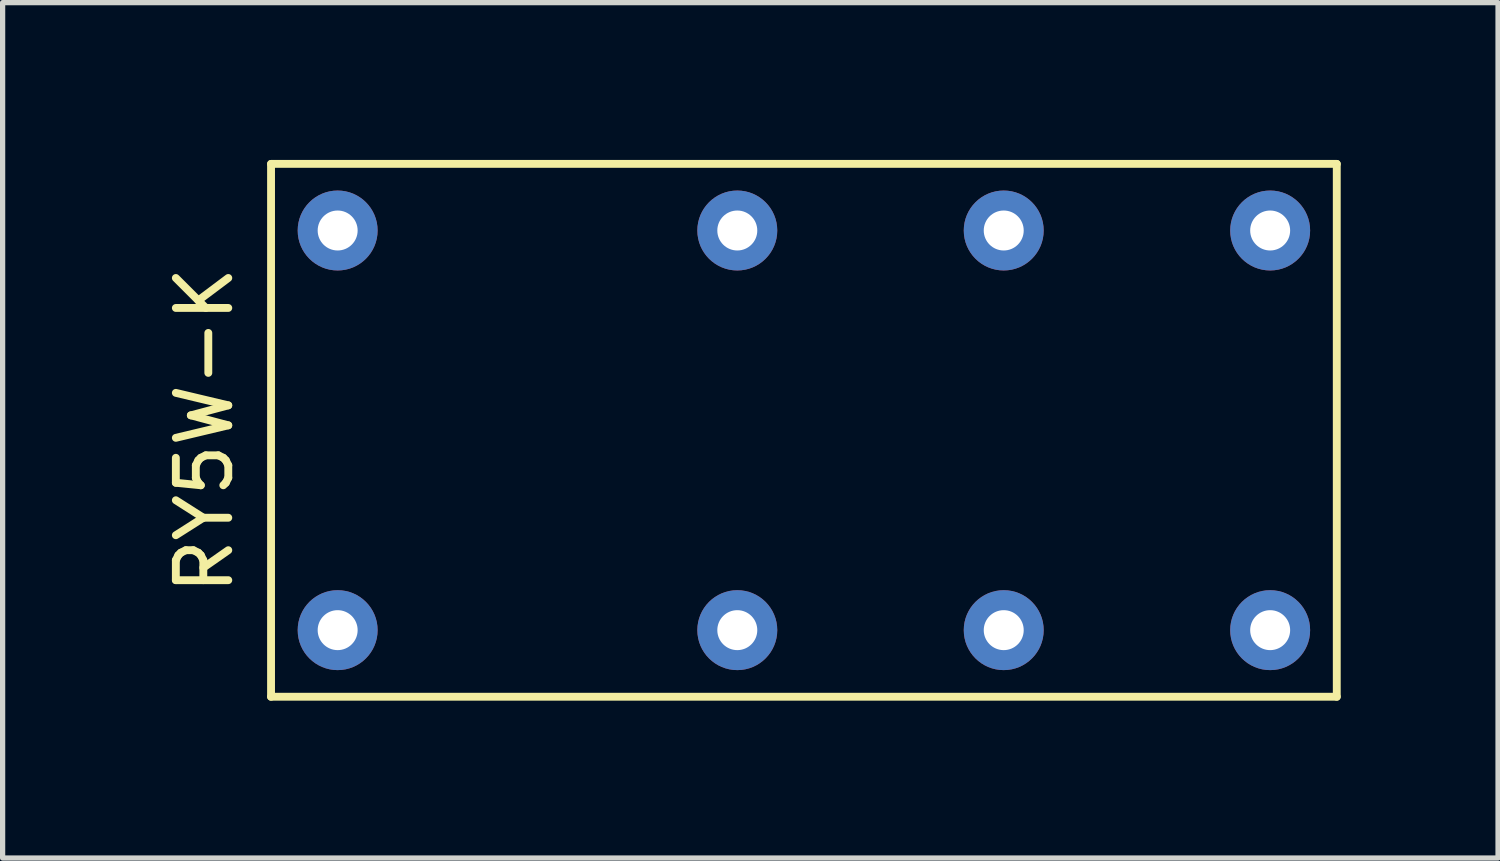
<source format=kicad_pcb>
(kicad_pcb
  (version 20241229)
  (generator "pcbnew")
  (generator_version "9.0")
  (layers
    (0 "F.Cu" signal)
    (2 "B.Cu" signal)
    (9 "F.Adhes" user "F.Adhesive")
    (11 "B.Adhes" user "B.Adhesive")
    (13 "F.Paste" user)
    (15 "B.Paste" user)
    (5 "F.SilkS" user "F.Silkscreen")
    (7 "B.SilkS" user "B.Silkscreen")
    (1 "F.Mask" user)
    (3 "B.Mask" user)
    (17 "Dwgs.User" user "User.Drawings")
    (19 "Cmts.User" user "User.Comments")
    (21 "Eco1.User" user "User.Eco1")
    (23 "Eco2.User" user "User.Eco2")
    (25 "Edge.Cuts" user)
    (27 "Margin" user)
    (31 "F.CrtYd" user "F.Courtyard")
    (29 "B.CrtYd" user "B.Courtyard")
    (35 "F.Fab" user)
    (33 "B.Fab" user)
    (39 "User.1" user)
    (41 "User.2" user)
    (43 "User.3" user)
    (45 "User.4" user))
  (footprint "RY5W-K"
    (layer "F.Cu")
    (at 11.008 5.155)
    (property "Reference" "RY5W-K" (at -10.16 0 90) (layer "F.SilkS") (effects (font (size 1 1) (thickness 0.15))))
    (attr through_hole)
    (fp_line (start -8.89 -5.08) (end 11.43 -5.08) (stroke (width 0.15) (type solid)) (layer "F.SilkS"))
    (fp_line (start -8.89 5.08) (end -8.89 -5.08) (stroke (width 0.15) (type solid)) (layer "F.SilkS"))
    (fp_line (start 11.43 -5.08) (end 11.43 5.08) (stroke (width 0.15) (type solid)) (layer "F.SilkS"))
    (fp_line (start 11.43 5.08) (end -8.89 5.08) (stroke (width 0.15) (type solid)) (layer "F.SilkS"))
    (pad "11" thru_hole circle (at 0 -3.81) (size 1.524 1.524) (drill 0.762) (layers "*.Cu" "*.Mask"))
    (pad "12" thru_hole circle (at 5.08 -3.81) (size 1.524 1.524) (drill 0.762) (layers "*.Cu" "*.Mask"))
    (pad "14" thru_hole circle (at 10.16 -3.81) (size 1.524 1.524) (drill 0.762) (layers "*.Cu" "*.Mask"))
    (pad "21" thru_hole circle (at 0 3.81) (size 1.524 1.524) (drill 0.762) (layers "*.Cu" "*.Mask"))
    (pad "22" thru_hole circle (at 5.08 3.81) (size 1.524 1.524) (drill 0.762) (layers "*.Cu" "*.Mask"))
    (pad "24" thru_hole circle (at 10.16 3.81) (size 1.524 1.524) (drill 0.762) (layers "*.Cu" "*.Mask"))
    (pad "A1" thru_hole circle (at -7.62 -3.81) (size 1.524 1.524) (drill 0.762) (layers "*.Cu" "*.Mask"))
    (pad "A2" thru_hole circle (at -7.62 3.81) (size 1.524 1.524) (drill 0.762) (layers "*.Cu" "*.Mask")))
  (gr_rect
    (start -3 -3)
    (end 25.513 13.31)
    (stroke (width 0.1) (type default))
    (fill no)
    (layer "Edge.Cuts")))
</source>
